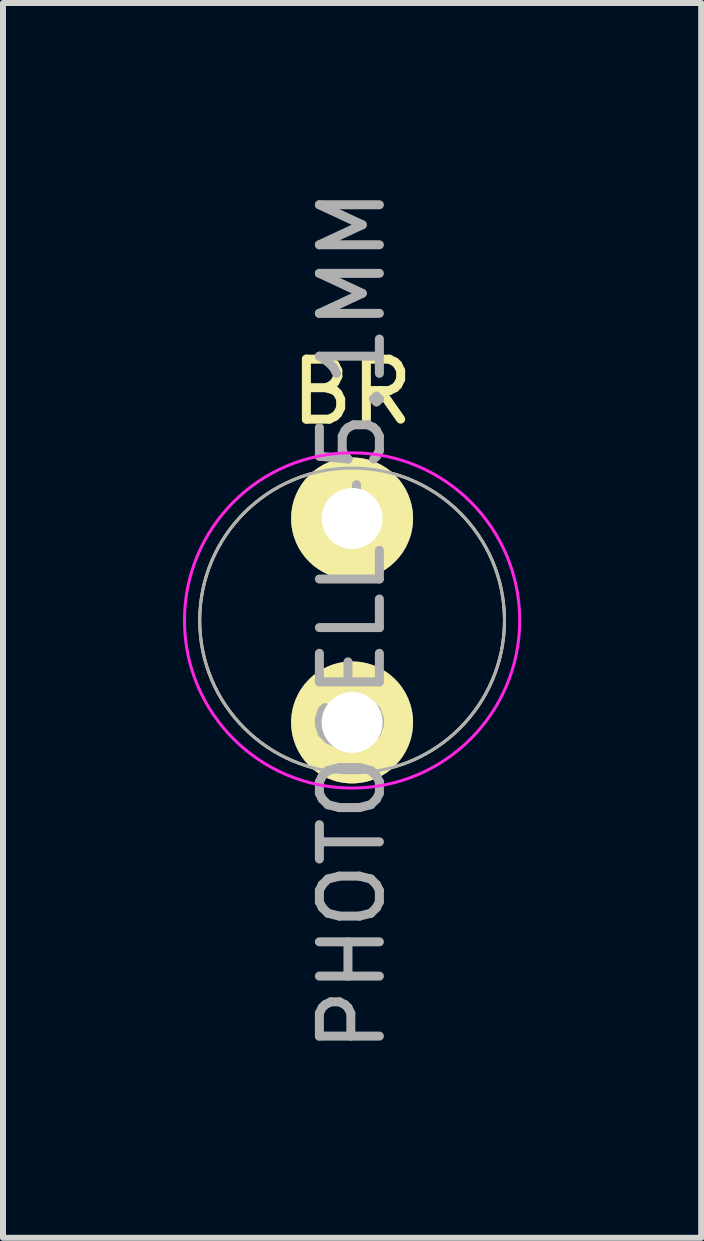
<source format=kicad_pcb>
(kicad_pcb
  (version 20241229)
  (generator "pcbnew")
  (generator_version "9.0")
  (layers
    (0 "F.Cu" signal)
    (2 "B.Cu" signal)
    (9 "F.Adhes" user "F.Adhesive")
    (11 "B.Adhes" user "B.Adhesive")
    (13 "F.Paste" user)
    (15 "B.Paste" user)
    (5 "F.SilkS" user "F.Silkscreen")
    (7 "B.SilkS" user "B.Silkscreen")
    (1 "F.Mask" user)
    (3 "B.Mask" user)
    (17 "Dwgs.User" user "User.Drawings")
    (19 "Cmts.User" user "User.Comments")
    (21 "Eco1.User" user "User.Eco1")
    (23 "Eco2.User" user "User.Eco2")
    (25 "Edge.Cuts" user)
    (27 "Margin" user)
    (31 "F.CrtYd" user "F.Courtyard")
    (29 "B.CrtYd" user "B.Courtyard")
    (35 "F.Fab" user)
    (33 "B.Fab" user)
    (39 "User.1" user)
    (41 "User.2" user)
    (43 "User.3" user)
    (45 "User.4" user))
  (footprint "PHOTOCELL-5.1MM"
    (layer "F.Cu")
    (at 2.819 7.292)
    (property "Reference" "PHOTOCELL-5.1MM" (at 0 0 90) (layer "F.Fab") (effects (font (size 1 1) (thickness 0.15))))
    (attr through_hole)
    (fp_circle (center 0 0) (end 2.54 0) (stroke (width 0.05) (type solid)) (fill no) (layer "F.SilkS"))
    (fp_circle (center 0 0) (end 2.794 0) (stroke (width 0.05) (type solid)) (fill no) (layer "F.CrtYd"))
    (fp_circle (center 0 0) (end 2.54 0) (stroke (width 0.05) (type solid)) (fill no) (layer "F.Fab"))
    (fp_text user "BR" (at 0 -3.81 0) (layer "F.SilkS") (effects (font (size 1 1) (thickness 0.15))))
    (pad "1" thru_hole circle (at 0 -1.7) (size 2.032 2.032) (drill 1.016) (layers "*.Cu" "*.Mask" "F.SilkS"))
    (pad "2" thru_hole oval (at 0 1.7) (size 2.032 2.032) (drill 1.016) (layers "*.Cu" "*.Mask" "F.SilkS")))
  (gr_rect
    (start -3 -3)
    (end 8.638 17.583)
    (stroke (width 0.1) (type default))
    (fill no)
    (layer "Edge.Cuts")))
</source>
